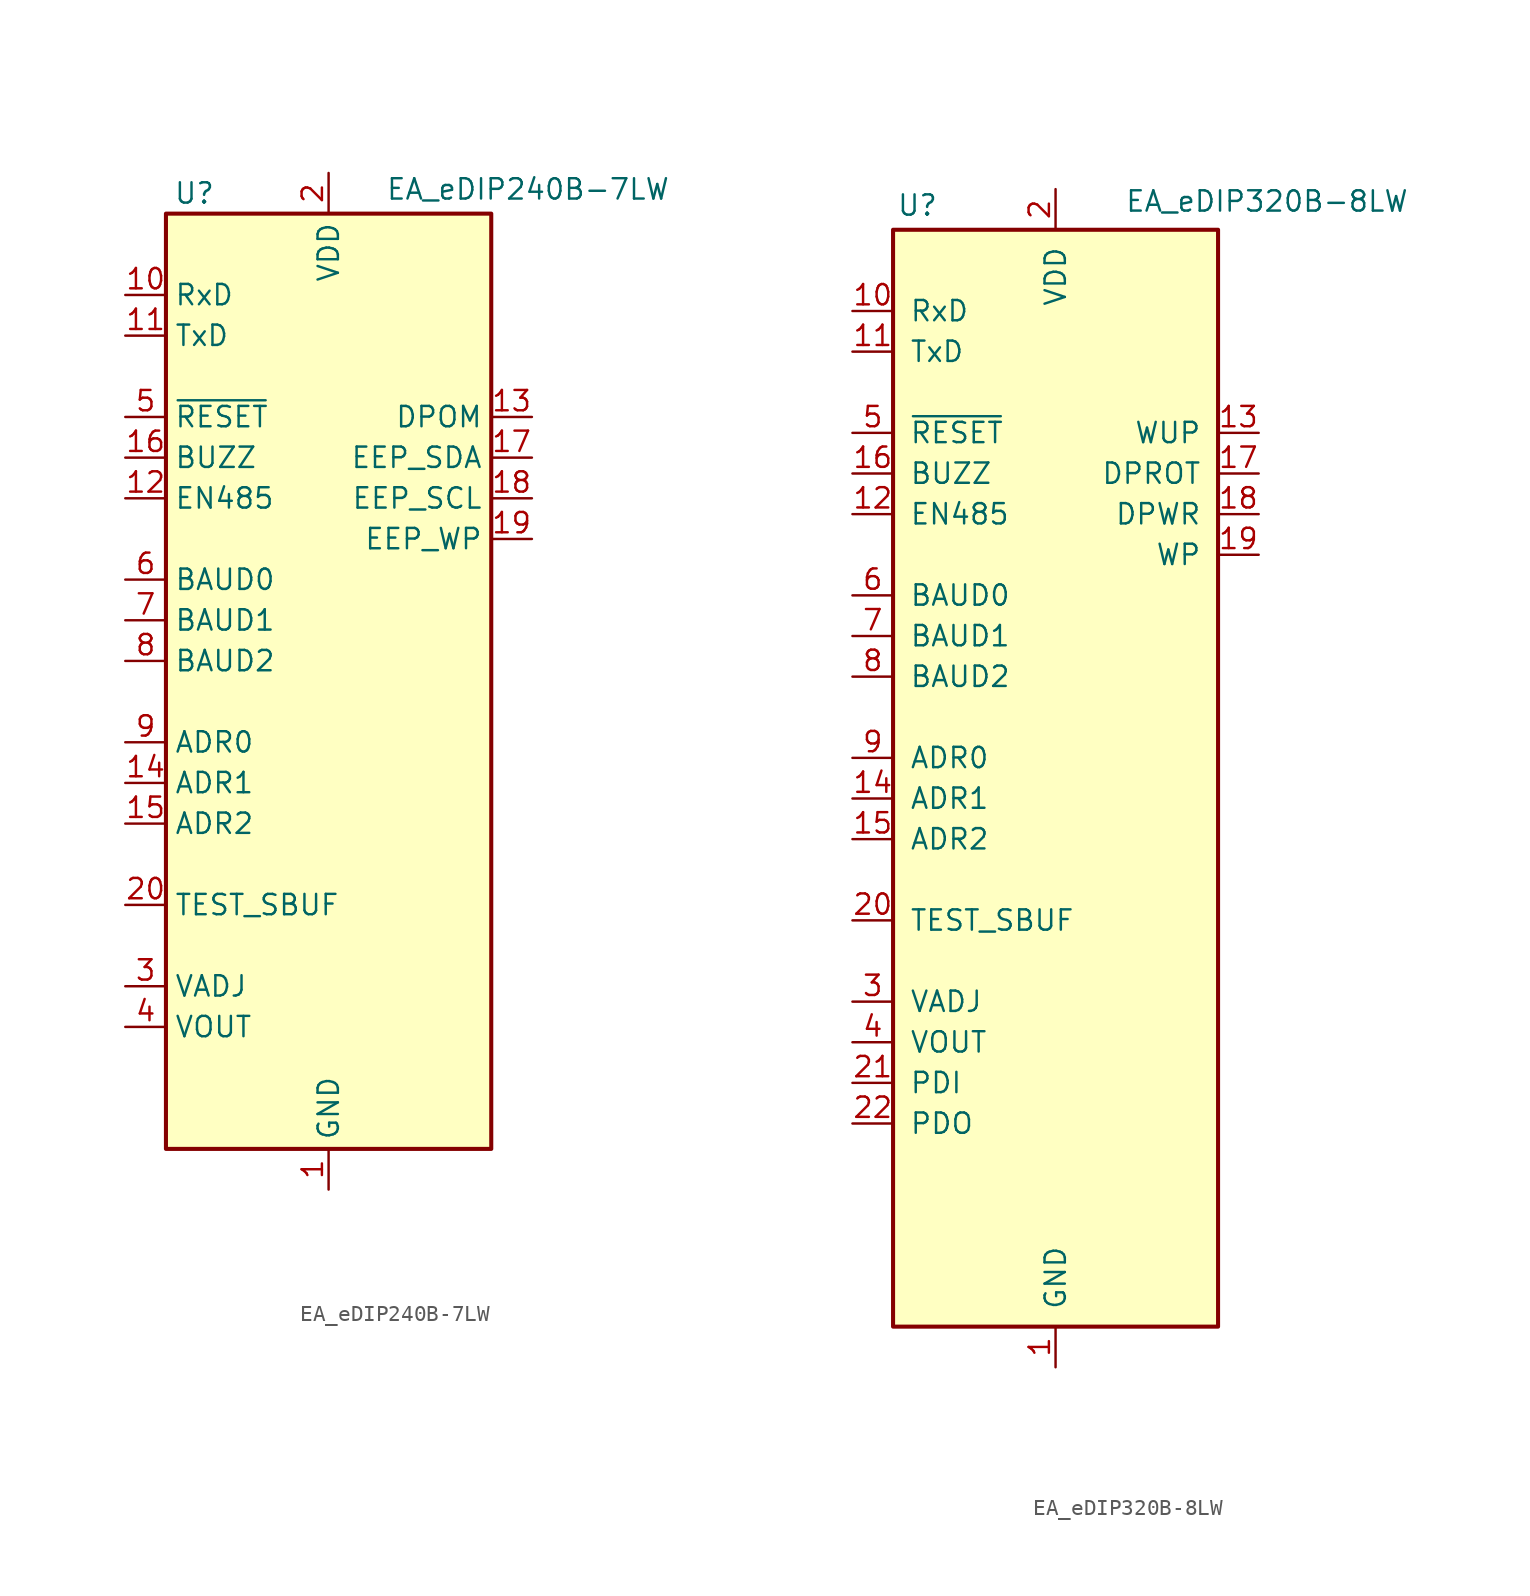
<source format=kicad_sym>
(kicad_symbol_lib
  (version 20241209)
  (generator "kicad_symbol_editor")
  (generator_version "9.0")
  (symbol "EA_eDIP240B-7LW"
    (property "Reference" "U"
      (at -8.382 29.21 0)
      (effects (font (size 1.27 1.27))))
    (property "Value" "EA_eDIP240B-7LW"
      (at 3.556 29.464 0)
      (effects (font (size 1.27 1.27)) (justify left)))
    (symbol "EA_eDIP240B-7LW_0_1"
      (rectangle (start -10.16 27.94) (end 10.16 -30.48) (stroke (width 0.254) (type default)) (fill (type background))))
    (symbol "EA_eDIP240B-7LW_1_1"
      (pin input line (at -12.7 22.86 0) (length 2.54) (name "RxD" (effects (font (size 1.27 1.27)))) (number "10" (effects (font (size 1.27 1.27)))))
      (pin output line (at -12.7 20.32 0) (length 2.54) (name "TxD" (effects (font (size 1.27 1.27)))) (number "11" (effects (font (size 1.27 1.27)))))
      (pin input line (at -12.7 15.24 0) (length 2.54) (name "~{RESET}" (effects (font (size 1.27 1.27)))) (number "5" (effects (font (size 1.27 1.27)))))
      (pin output line (at -12.7 12.7 0) (length 2.54) (name "BUZZ" (effects (font (size 1.27 1.27)))) (number "16" (effects (font (size 1.27 1.27)))))
      (pin output line (at -12.7 10.16 0) (length 2.54) (name "EN485" (effects (font (size 1.27 1.27)))) (number "12" (effects (font (size 1.27 1.27)))))
      (pin input line (at -12.7 5.08 0) (length 2.54) (name "BAUD0" (effects (font (size 1.27 1.27)))) (number "6" (effects (font (size 1.27 1.27)))))
      (pin input line (at -12.7 2.54 0) (length 2.54) (name "BAUD1" (effects (font (size 1.27 1.27)))) (number "7" (effects (font (size 1.27 1.27)))))
      (pin input line (at -12.7 0 0) (length 2.54) (name "BAUD2" (effects (font (size 1.27 1.27)))) (number "8" (effects (font (size 1.27 1.27)))))
      (pin input line (at -12.7 -5.08 0) (length 2.54) (name "ADR0" (effects (font (size 1.27 1.27)))) (number "9" (effects (font (size 1.27 1.27)))))
      (pin input line (at -12.7 -7.62 0) (length 2.54) (name "ADR1" (effects (font (size 1.27 1.27)))) (number "14" (effects (font (size 1.27 1.27)))))
      (pin input line (at -12.7 -10.16 0) (length 2.54) (name "ADR2" (effects (font (size 1.27 1.27)))) (number "15" (effects (font (size 1.27 1.27)))))
      (pin open_collector line (at -12.7 -15.24 0) (length 2.54) (name "TEST_SBUF" (effects (font (size 1.27 1.27)))) (number "20" (effects (font (size 1.27 1.27)))))
      (pin input line (at -12.7 -20.32 0) (length 2.54) (name "VADJ" (effects (font (size 1.27 1.27)))) (number "3" (effects (font (size 1.27 1.27)))))
      (pin output line (at -12.7 -22.86 0) (length 2.54) (name "VOUT" (effects (font (size 1.27 1.27)))) (number "4" (effects (font (size 1.27 1.27)))))
      (pin no_connect line (at -10.16 -25.4 0) (length 2.54) (hide yes) (name "NC" (effects (font (size 1.27 1.27)))) (number "21" (effects (font (size 1.27 1.27)))))
      (pin no_connect line (at -10.16 -27.94 0) (length 2.54) (hide yes) (name "NC" (effects (font (size 1.27 1.27)))) (number "22" (effects (font (size 1.27 1.27)))))
      (pin power_in line (at 0 30.48 270) (length 2.54) (name "VDD" (effects (font (size 1.27 1.27)))) (number "2" (effects (font (size 1.27 1.27)))))
      (pin power_in line (at 0 -33.02 90) (length 2.54) (name "GND" (effects (font (size 1.27 1.27)))) (number "1" (effects (font (size 1.27 1.27)))))
      (pin no_connect line (at 10.16 25.4 180) (length 2.54) (hide yes) (name "NC" (effects (font (size 1.27 1.27)))) (number "23" (effects (font (size 1.27 1.27)))))
      (pin no_connect line (at 10.16 22.86 180) (length 2.54) (hide yes) (name "NC" (effects (font (size 1.27 1.27)))) (number "24" (effects (font (size 1.27 1.27)))))
      (pin no_connect line (at 10.16 20.32 180) (length 2.54) (hide yes) (name "NC" (effects (font (size 1.27 1.27)))) (number "25" (effects (font (size 1.27 1.27)))))
      (pin no_connect line (at 10.16 17.78 180) (length 2.54) (hide yes) (name "NC" (effects (font (size 1.27 1.27)))) (number "26" (effects (font (size 1.27 1.27)))))
      (pin no_connect line (at 10.16 5.08 180) (length 2.54) (hide yes) (name "NC" (effects (font (size 1.27 1.27)))) (number "27" (effects (font (size 1.27 1.27)))))
      (pin no_connect line (at 10.16 2.54 180) (length 2.54) (hide yes) (name "NC" (effects (font (size 1.27 1.27)))) (number "28" (effects (font (size 1.27 1.27)))))
      (pin no_connect line (at 10.16 0 180) (length 2.54) (hide yes) (name "NC" (effects (font (size 1.27 1.27)))) (number "29" (effects (font (size 1.27 1.27)))))
      (pin no_connect line (at 10.16 -2.54 180) (length 2.54) (hide yes) (name "NC" (effects (font (size 1.27 1.27)))) (number "30" (effects (font (size 1.27 1.27)))))
      (pin no_connect line (at 10.16 -5.08 180) (length 2.54) (hide yes) (name "NC" (effects (font (size 1.27 1.27)))) (number "31" (effects (font (size 1.27 1.27)))))
      (pin no_connect line (at 10.16 -7.62 180) (length 2.54) (hide yes) (name "NC" (effects (font (size 1.27 1.27)))) (number "32" (effects (font (size 1.27 1.27)))))
      (pin no_connect line (at 10.16 -10.16 180) (length 2.54) (hide yes) (name "NC" (effects (font (size 1.27 1.27)))) (number "33" (effects (font (size 1.27 1.27)))))
      (pin no_connect line (at 10.16 -12.7 180) (length 2.54) (hide yes) (name "NC" (effects (font (size 1.27 1.27)))) (number "34" (effects (font (size 1.27 1.27)))))
      (pin no_connect line (at 10.16 -15.24 180) (length 2.54) (hide yes) (name "NC" (effects (font (size 1.27 1.27)))) (number "35" (effects (font (size 1.27 1.27)))))
      (pin no_connect line (at 10.16 -17.78 180) (length 2.54) (hide yes) (name "NC" (effects (font (size 1.27 1.27)))) (number "36" (effects (font (size 1.27 1.27)))))
      (pin no_connect line (at 10.16 -20.32 180) (length 2.54) (hide yes) (name "NC" (effects (font (size 1.27 1.27)))) (number "37" (effects (font (size 1.27 1.27)))))
      (pin no_connect line (at 10.16 -22.86 180) (length 2.54) (hide yes) (name "NC" (effects (font (size 1.27 1.27)))) (number "38" (effects (font (size 1.27 1.27)))))
      (pin no_connect line (at 10.16 -25.4 180) (length 2.54) (hide yes) (name "NC" (effects (font (size 1.27 1.27)))) (number "39" (effects (font (size 1.27 1.27)))))
      (pin no_connect line (at 10.16 -27.94 180) (length 2.54) (hide yes) (name "NC" (effects (font (size 1.27 1.27)))) (number "40" (effects (font (size 1.27 1.27)))))
      (pin input line (at 12.7 15.24 180) (length 2.54) (name "DPOM" (effects (font (size 1.27 1.27)))) (number "13" (effects (font (size 1.27 1.27)))))
      (pin bidirectional line (at 12.7 12.7 180) (length 2.54) (name "EEP_SDA" (effects (font (size 1.27 1.27)))) (number "17" (effects (font (size 1.27 1.27)))))
      (pin output line (at 12.7 10.16 180) (length 2.54) (name "EEP_SCL" (effects (font (size 1.27 1.27)))) (number "18" (effects (font (size 1.27 1.27)))))
      (pin input line (at 12.7 7.62 180) (length 2.54) (name "EEP_WP" (effects (font (size 1.27 1.27)))) (number "19" (effects (font (size 1.27 1.27)))))))
  (symbol "EA_eDIP320B-8LW"
    (pin_names
      (offset 1.016))
    (property "Reference" "U"
      (at -8.636 29.464 0)
      (effects (font (size 1.27 1.27))))
    (property "Value" "EA_eDIP320B-8LW"
      (at 4.318 29.718 0)
      (effects (font (size 1.27 1.27)) (justify left)))
    (symbol "EA_eDIP320B-8LW_0_1"
      (rectangle (start -10.16 27.94) (end 10.16 -40.64) (stroke (width 0.254) (type default)) (fill (type background))))
    (symbol "EA_eDIP320B-8LW_1_1"
      (pin input line (at -12.7 22.86 0) (length 2.54) (name "RxD" (effects (font (size 1.27 1.27)))) (number "10" (effects (font (size 1.27 1.27)))))
      (pin output line (at -12.7 20.32 0) (length 2.54) (name "TxD" (effects (font (size 1.27 1.27)))) (number "11" (effects (font (size 1.27 1.27)))))
      (pin input line (at -12.7 15.24 0) (length 2.54) (name "~{RESET}" (effects (font (size 1.27 1.27)))) (number "5" (effects (font (size 1.27 1.27)))))
      (pin output line (at -12.7 12.7 0) (length 2.54) (name "BUZZ" (effects (font (size 1.27 1.27)))) (number "16" (effects (font (size 1.27 1.27)))))
      (pin output line (at -12.7 10.16 0) (length 2.54) (name "EN485" (effects (font (size 1.27 1.27)))) (number "12" (effects (font (size 1.27 1.27)))))
      (pin input line (at -12.7 5.08 0) (length 2.54) (name "BAUD0" (effects (font (size 1.27 1.27)))) (number "6" (effects (font (size 1.27 1.27)))))
      (pin input line (at -12.7 2.54 0) (length 2.54) (name "BAUD1" (effects (font (size 1.27 1.27)))) (number "7" (effects (font (size 1.27 1.27)))))
      (pin input line (at -12.7 0 0) (length 2.54) (name "BAUD2" (effects (font (size 1.27 1.27)))) (number "8" (effects (font (size 1.27 1.27)))))
      (pin input line (at -12.7 -5.08 0) (length 2.54) (name "ADR0" (effects (font (size 1.27 1.27)))) (number "9" (effects (font (size 1.27 1.27)))))
      (pin input line (at -12.7 -7.62 0) (length 2.54) (name "ADR1" (effects (font (size 1.27 1.27)))) (number "14" (effects (font (size 1.27 1.27)))))
      (pin input line (at -12.7 -10.16 0) (length 2.54) (name "ADR2" (effects (font (size 1.27 1.27)))) (number "15" (effects (font (size 1.27 1.27)))))
      (pin open_collector line (at -12.7 -15.24 0) (length 2.54) (name "TEST_SBUF" (effects (font (size 1.27 1.27)))) (number "20" (effects (font (size 1.27 1.27)))))
      (pin input line (at -12.7 -20.32 0) (length 2.54) (name "VADJ" (effects (font (size 1.27 1.27)))) (number "3" (effects (font (size 1.27 1.27)))))
      (pin output line (at -12.7 -22.86 0) (length 2.54) (name "VOUT" (effects (font (size 1.27 1.27)))) (number "4" (effects (font (size 1.27 1.27)))))
      (pin input line (at -12.7 -25.4 0) (length 2.54) (name "PDI" (effects (font (size 1.27 1.27)))) (number "21" (effects (font (size 1.27 1.27)))))
      (pin output line (at -12.7 -27.94 0) (length 2.54) (name "PDO" (effects (font (size 1.27 1.27)))) (number "22" (effects (font (size 1.27 1.27)))))
      (pin no_connect line (at -10.16 -30.48 0) (length 2.54) (hide yes) (name "NC" (effects (font (size 1.27 1.27)))) (number "23" (effects (font (size 1.27 1.27)))))
      (pin no_connect line (at -10.16 -33.02 0) (length 2.54) (hide yes) (name "NC" (effects (font (size 1.27 1.27)))) (number "24" (effects (font (size 1.27 1.27)))))
      (pin no_connect line (at -10.16 -35.56 0) (length 2.54) (hide yes) (name "NC" (effects (font (size 1.27 1.27)))) (number "25" (effects (font (size 1.27 1.27)))))
      (pin no_connect line (at -10.16 -38.1 0) (length 2.54) (hide yes) (name "NC" (effects (font (size 1.27 1.27)))) (number "26" (effects (font (size 1.27 1.27)))))
      (pin power_in line (at 0 30.48 270) (length 2.54) (name "VDD" (effects (font (size 1.27 1.27)))) (number "2" (effects (font (size 1.27 1.27)))))
      (pin power_in line (at 0 -43.18 90) (length 2.54) (name "GND" (effects (font (size 1.27 1.27)))) (number "1" (effects (font (size 1.27 1.27)))))
      (pin no_connect line (at 10.16 25.4 180) (length 2.54) (hide yes) (name "NC" (effects (font (size 1.27 1.27)))) (number "27" (effects (font (size 1.27 1.27)))))
      (pin no_connect line (at 10.16 22.86 180) (length 2.54) (hide yes) (name "NC" (effects (font (size 1.27 1.27)))) (number "28" (effects (font (size 1.27 1.27)))))
      (pin no_connect line (at 10.16 20.32 180) (length 2.54) (hide yes) (name "NC" (effects (font (size 1.27 1.27)))) (number "29" (effects (font (size 1.27 1.27)))))
      (pin no_connect line (at 10.16 17.78 180) (length 2.54) (hide yes) (name "NC" (effects (font (size 1.27 1.27)))) (number "30" (effects (font (size 1.27 1.27)))))
      (pin no_connect line (at 10.16 5.08 180) (length 2.54) (hide yes) (name "NC" (effects (font (size 1.27 1.27)))) (number "31" (effects (font (size 1.27 1.27)))))
      (pin no_connect line (at 10.16 2.54 180) (length 2.54) (hide yes) (name "NC" (effects (font (size 1.27 1.27)))) (number "32" (effects (font (size 1.27 1.27)))))
      (pin no_connect line (at 10.16 0 180) (length 2.54) (hide yes) (name "NC" (effects (font (size 1.27 1.27)))) (number "33" (effects (font (size 1.27 1.27)))))
      (pin no_connect line (at 10.16 -2.54 180) (length 2.54) (hide yes) (name "NC" (effects (font (size 1.27 1.27)))) (number "34" (effects (font (size 1.27 1.27)))))
      (pin no_connect line (at 10.16 -5.08 180) (length 2.54) (hide yes) (name "NC" (effects (font (size 1.27 1.27)))) (number "35" (effects (font (size 1.27 1.27)))))
      (pin no_connect line (at 10.16 -7.62 180) (length 2.54) (hide yes) (name "NC" (effects (font (size 1.27 1.27)))) (number "36" (effects (font (size 1.27 1.27)))))
      (pin no_connect line (at 10.16 -10.16 180) (length 2.54) (hide yes) (name "NC" (effects (font (size 1.27 1.27)))) (number "37" (effects (font (size 1.27 1.27)))))
      (pin no_connect line (at 10.16 -12.7 180) (length 2.54) (hide yes) (name "NC" (effects (font (size 1.27 1.27)))) (number "38" (effects (font (size 1.27 1.27)))))
      (pin no_connect line (at 10.16 -15.24 180) (length 2.54) (hide yes) (name "NC" (effects (font (size 1.27 1.27)))) (number "39" (effects (font (size 1.27 1.27)))))
      (pin no_connect line (at 10.16 -17.78 180) (length 2.54) (hide yes) (name "NC" (effects (font (size 1.27 1.27)))) (number "40" (effects (font (size 1.27 1.27)))))
      (pin no_connect line (at 10.16 -20.32 180) (length 2.54) (hide yes) (name "NC" (effects (font (size 1.27 1.27)))) (number "41" (effects (font (size 1.27 1.27)))))
      (pin no_connect line (at 10.16 -22.86 180) (length 2.54) (hide yes) (name "NC" (effects (font (size 1.27 1.27)))) (number "42" (effects (font (size 1.27 1.27)))))
      (pin no_connect line (at 10.16 -25.4 180) (length 2.54) (hide yes) (name "NC" (effects (font (size 1.27 1.27)))) (number "43" (effects (font (size 1.27 1.27)))))
      (pin no_connect line (at 10.16 -27.94 180) (length 2.54) (hide yes) (name "NC" (effects (font (size 1.27 1.27)))) (number "44" (effects (font (size 1.27 1.27)))))
      (pin no_connect line (at 10.16 -30.48 180) (length 2.54) (hide yes) (name "NC" (effects (font (size 1.27 1.27)))) (number "45" (effects (font (size 1.27 1.27)))))
      (pin no_connect line (at 10.16 -33.02 180) (length 2.54) (hide yes) (name "NC" (effects (font (size 1.27 1.27)))) (number "46" (effects (font (size 1.27 1.27)))))
      (pin no_connect line (at 10.16 -35.56 180) (length 2.54) (hide yes) (name "NC" (effects (font (size 1.27 1.27)))) (number "47" (effects (font (size 1.27 1.27)))))
      (pin no_connect line (at 10.16 -38.1 180) (length 2.54) (hide yes) (name "NC" (effects (font (size 1.27 1.27)))) (number "78" (effects (font (size 1.27 1.27)))))
      (pin input line (at 12.7 15.24 180) (length 2.54) (name "WUP" (effects (font (size 1.27 1.27)))) (number "13" (effects (font (size 1.27 1.27)))))
      (pin input line (at 12.7 12.7 180) (length 2.54) (name "DPROT" (effects (font (size 1.27 1.27)))) (number "17" (effects (font (size 1.27 1.27)))))
      (pin output line (at 12.7 10.16 180) (length 2.54) (name "DPWR" (effects (font (size 1.27 1.27)))) (number "18" (effects (font (size 1.27 1.27)))))
      (pin input line (at 12.7 7.62 180) (length 2.54) (name "WP" (effects (font (size 1.27 1.27)))) (number "19" (effects (font (size 1.27 1.27))))))))
</source>
